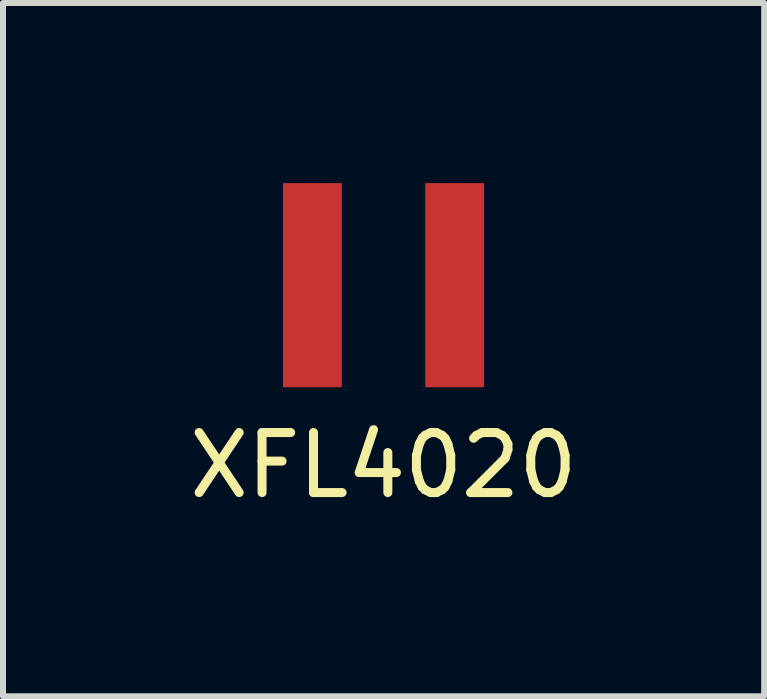
<source format=kicad_pcb>
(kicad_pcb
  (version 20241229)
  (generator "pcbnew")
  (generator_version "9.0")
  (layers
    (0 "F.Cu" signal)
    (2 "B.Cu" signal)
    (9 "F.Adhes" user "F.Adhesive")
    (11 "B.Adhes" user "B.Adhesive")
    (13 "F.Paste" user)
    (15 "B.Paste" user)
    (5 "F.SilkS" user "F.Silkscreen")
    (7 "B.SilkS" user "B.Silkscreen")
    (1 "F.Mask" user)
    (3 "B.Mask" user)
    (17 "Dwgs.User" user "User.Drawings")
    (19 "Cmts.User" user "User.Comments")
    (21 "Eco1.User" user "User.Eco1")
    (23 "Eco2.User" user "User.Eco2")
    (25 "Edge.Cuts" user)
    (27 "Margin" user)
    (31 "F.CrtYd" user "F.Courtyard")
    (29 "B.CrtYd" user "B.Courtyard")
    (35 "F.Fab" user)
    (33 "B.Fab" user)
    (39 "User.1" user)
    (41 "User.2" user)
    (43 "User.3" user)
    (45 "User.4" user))
  (footprint "XFL4020"
    (layer "F.Cu")
    (at 3.339 1.7)
    (property "Reference" "XFL4020" (at 0 3 0) (layer "F.SilkS") (effects (font (size 1 1) (thickness 0.15))))
    (attr through_hole)
    (pad "1" smd rect (at -1.185 0) (size 0.98 3.4) (layers "F.Cu" "F.Mask" "F.Paste"))
    (pad "2" smd rect (at 1.185 0) (size 0.98 3.4) (layers "F.Cu" "F.Mask" "F.Paste")))
  (gr_rect
    (start -3 -3)
    (end 9.679 8.548)
    (stroke (width 0.1) (type default))
    (fill no)
    (layer "Edge.Cuts")))
</source>
